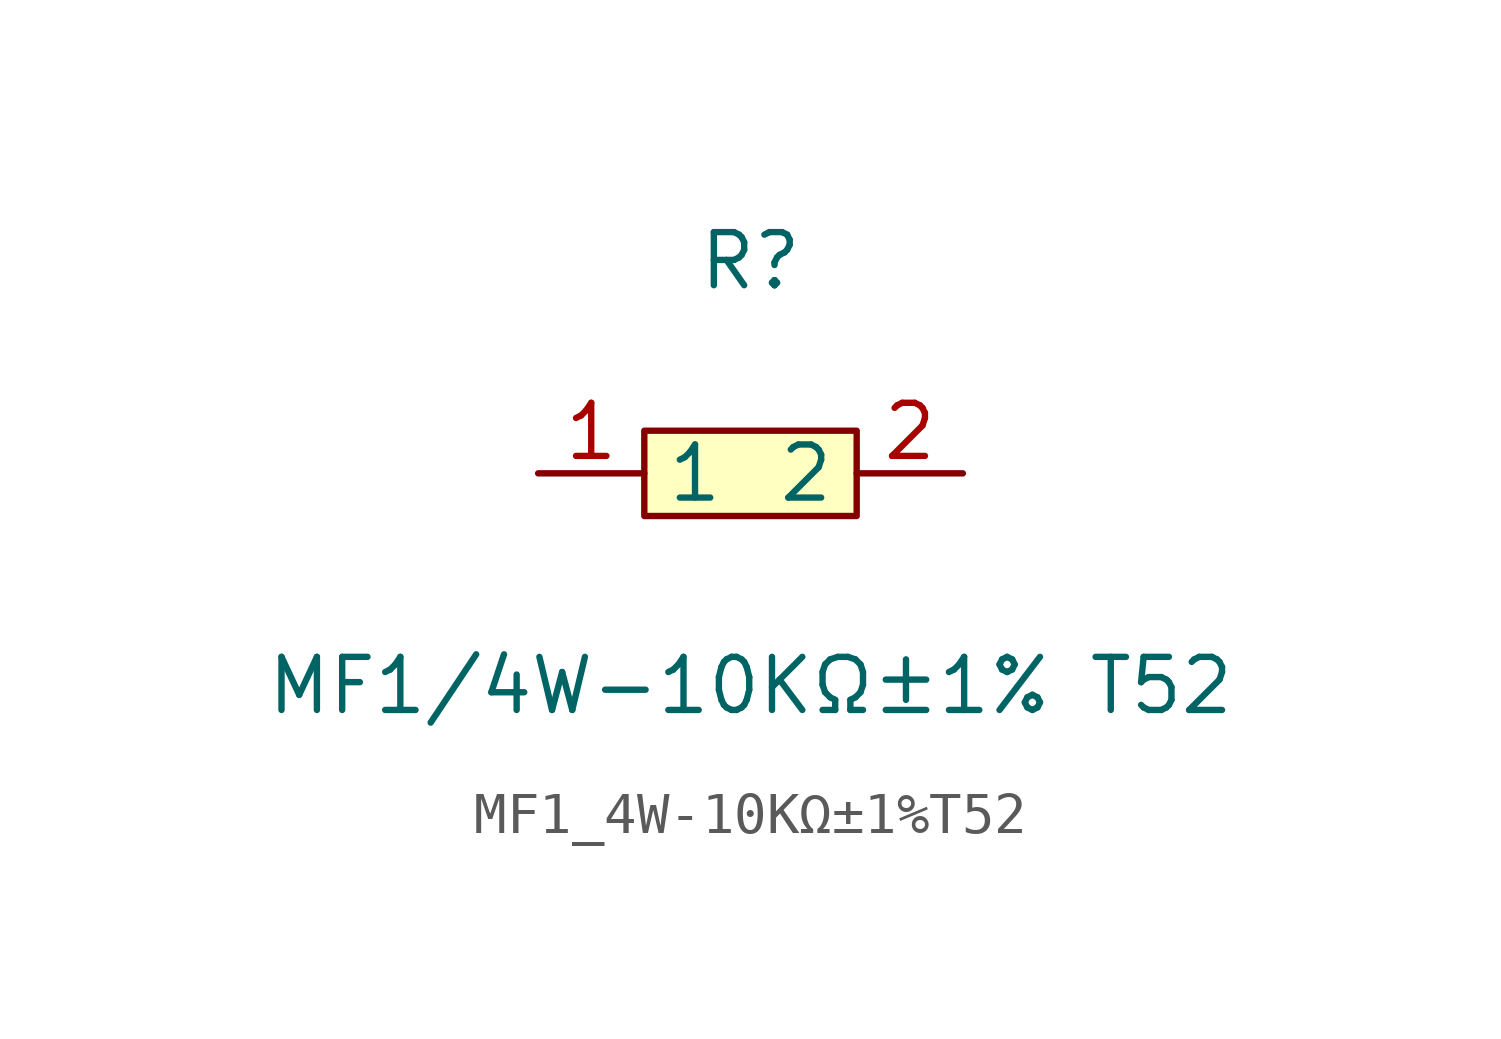
<source format=kicad_sym>
(kicad_symbol_lib
  (version 20211014)
  (generator https://github.com/uPesy/easyeda2kicad.py)
  (symbol "MF1_4W-10KΩ±1%T52"
    (property "Reference" "R"
      (at 0 5.08 0)
      (effects (font (size 1.27 1.27))))
    (property "Value" "MF1/4W-10KΩ±1% T52"
      (at 0 -5.08 0)
      (effects (font (size 1.27 1.27))))
    (symbol "MF1_4W-10KΩ±1%T52_0_1"
      (rectangle (start -2.54 1.02) (end 2.54 -1.02) (stroke (width 0) (type default) (color 0 0 0 0)) (fill (type background)))
      (pin unspecified line (at 5.08 -0.00 180) (length 2.54) (name "2" (effects (font (size 1.27 1.27)))) (number "2" (effects (font (size 1.27 1.27)))))
      (pin unspecified line (at -5.08 -0.00 0) (length 2.54) (name "1" (effects (font (size 1.27 1.27)))) (number "1" (effects (font (size 1.27 1.27))))))))
</source>
